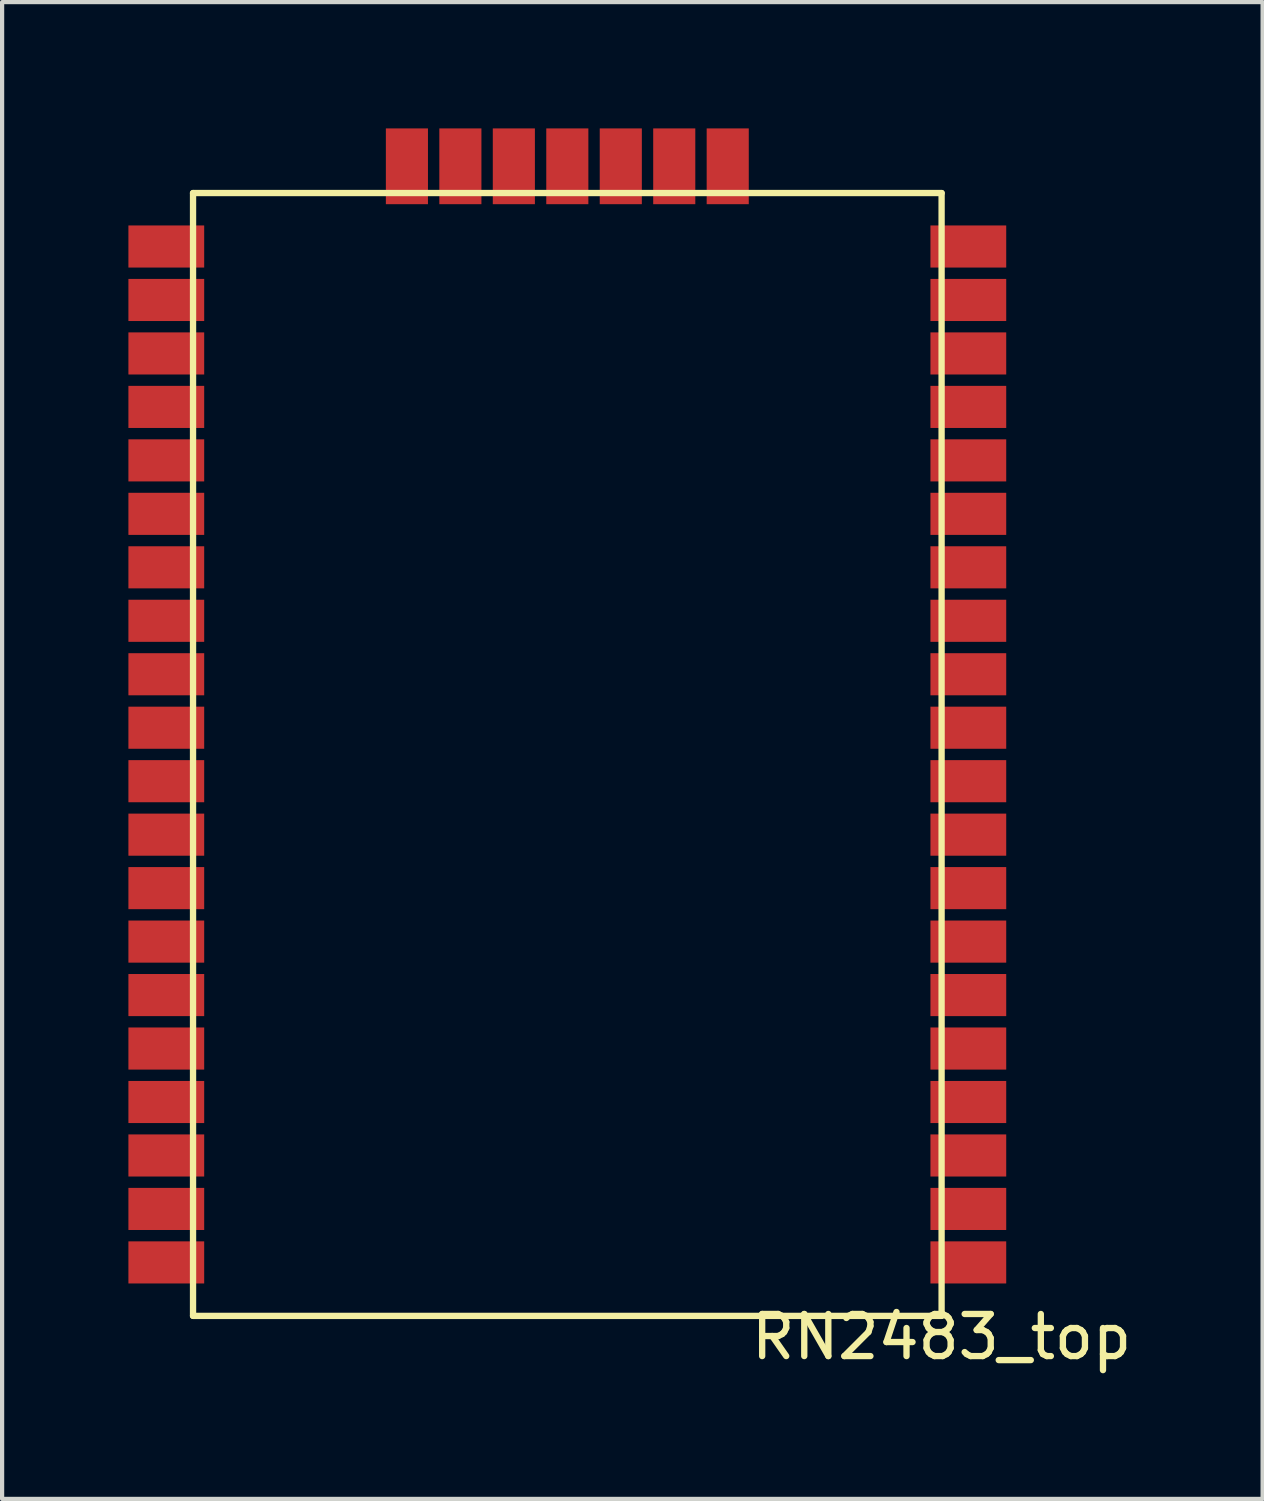
<source format=kicad_pcb>
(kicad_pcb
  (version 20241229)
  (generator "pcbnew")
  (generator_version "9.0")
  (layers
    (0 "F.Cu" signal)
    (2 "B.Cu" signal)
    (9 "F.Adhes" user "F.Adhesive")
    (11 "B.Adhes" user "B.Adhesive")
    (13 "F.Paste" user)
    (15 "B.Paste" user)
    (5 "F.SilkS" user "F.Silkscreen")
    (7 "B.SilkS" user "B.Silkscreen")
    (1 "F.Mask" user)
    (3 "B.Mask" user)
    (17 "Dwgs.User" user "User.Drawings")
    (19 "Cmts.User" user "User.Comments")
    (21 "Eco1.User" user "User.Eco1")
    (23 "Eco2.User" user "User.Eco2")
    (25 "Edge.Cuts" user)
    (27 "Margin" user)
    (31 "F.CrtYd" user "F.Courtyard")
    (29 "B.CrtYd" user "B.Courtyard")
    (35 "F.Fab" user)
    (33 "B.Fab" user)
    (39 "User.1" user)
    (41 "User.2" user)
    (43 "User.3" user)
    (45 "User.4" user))
  (footprint "RN2483_top"
    (layer "F.Cu")
    (at 1.535 28.205)
    (property "Reference" "RN2483_top" (at 17.78 0.5 0) (layer "F.SilkS") (effects (font (size 1 1) (thickness 0.15))))
    (attr through_hole)
    (fp_line (start 0 -26.67) (end 0 0) (stroke (width 0.15) (type solid)) (layer "F.SilkS"))
    (fp_line (start 0 0) (end 17.78 0) (stroke (width 0.15) (type solid)) (layer "F.SilkS"))
    (fp_line (start 17.78 -26.67) (end 0 -26.67) (stroke (width 0.15) (type solid)) (layer "F.SilkS"))
    (fp_line (start 17.78 0) (end 17.78 -26.67) (stroke (width 0.15) (type solid)) (layer "F.SilkS"))
    (pad "1" smd rect (at 18.415 -1.27) (size 1.8 1) (layers "F.Cu" "F.Mask" "F.Paste"))
    (pad "2" smd rect (at 18.415 -2.54) (size 1.8 1) (layers "F.Cu" "F.Mask" "F.Paste"))
    (pad "3" smd rect (at 18.415 -3.81) (size 1.8 1) (layers "F.Cu" "F.Mask" "F.Paste"))
    (pad "4" smd rect (at 18.415 -5.08) (size 1.8 1) (layers "F.Cu" "F.Mask" "F.Paste"))
    (pad "5" smd rect (at 18.415 -6.35) (size 1.8 1) (layers "F.Cu" "F.Mask" "F.Paste"))
    (pad "6" smd rect (at 18.415 -7.62) (size 1.8 1) (layers "F.Cu" "F.Mask" "F.Paste"))
    (pad "7" smd rect (at 18.415 -8.89) (size 1.8 1) (layers "F.Cu" "F.Mask" "F.Paste"))
    (pad "8" smd rect (at 18.415 -10.16) (size 1.8 1) (layers "F.Cu" "F.Mask" "F.Paste"))
    (pad "9" smd rect (at 18.415 -11.43) (size 1.8 1) (layers "F.Cu" "F.Mask" "F.Paste"))
    (pad "10" smd rect (at 18.415 -12.7) (size 1.8 1) (layers "F.Cu" "F.Mask" "F.Paste"))
    (pad "11" smd rect (at 18.415 -13.97) (size 1.8 1) (layers "F.Cu" "F.Mask" "F.Paste"))
    (pad "12" smd rect (at 18.415 -15.24) (size 1.8 1) (layers "F.Cu" "F.Mask" "F.Paste"))
    (pad "13" smd rect (at 18.415 -16.51) (size 1.8 1) (layers "F.Cu" "F.Mask" "F.Paste"))
    (pad "14" smd rect (at 18.415 -17.78) (size 1.8 1) (layers "F.Cu" "F.Mask" "F.Paste"))
    (pad "15" smd rect (at 18.415 -19.05) (size 1.8 1) (layers "F.Cu" "F.Mask" "F.Paste"))
    (pad "16" smd rect (at 18.415 -20.32) (size 1.8 1) (layers "F.Cu" "F.Mask" "F.Paste"))
    (pad "17" smd rect (at 18.415 -21.59) (size 1.8 1) (layers "F.Cu" "F.Mask" "F.Paste"))
    (pad "18" smd rect (at 18.415 -22.86) (size 1.8 1) (layers "F.Cu" "F.Mask" "F.Paste"))
    (pad "19" smd rect (at 18.415 -24.13) (size 1.8 1) (layers "F.Cu" "F.Mask" "F.Paste"))
    (pad "20" smd rect (at 18.415 -25.4) (size 1.8 1) (layers "F.Cu" "F.Mask" "F.Paste"))
    (pad "21" smd rect (at 12.7 -27.305) (size 1 1.8) (layers "F.Cu" "F.Mask" "F.Paste"))
    (pad "22" smd rect (at 11.43 -27.305) (size 1 1.8) (layers "F.Cu" "F.Mask" "F.Paste"))
    (pad "23" smd rect (at 10.16 -27.305) (size 1 1.8) (layers "F.Cu" "F.Mask" "F.Paste"))
    (pad "24" smd rect (at 8.89 -27.305) (size 1 1.8) (layers "F.Cu" "F.Mask" "F.Paste"))
    (pad "25" smd rect (at 7.62 -27.305) (size 1 1.8) (layers "F.Cu" "F.Mask" "F.Paste"))
    (pad "26" smd rect (at 6.35 -27.305) (size 1 1.8) (layers "F.Cu" "F.Mask" "F.Paste"))
    (pad "27" smd rect (at 5.08 -27.305) (size 1 1.8) (layers "F.Cu" "F.Mask" "F.Paste"))
    (pad "28" smd rect (at -0.635 -25.4) (size 1.8 1) (layers "F.Cu" "F.Mask" "F.Paste"))
    (pad "29" smd rect (at -0.635 -24.13) (size 1.8 1) (layers "F.Cu" "F.Mask" "F.Paste"))
    (pad "30" smd rect (at -0.635 -22.86) (size 1.8 1) (layers "F.Cu" "F.Mask" "F.Paste"))
    (pad "31" smd rect (at -0.635 -21.59) (size 1.8 1) (layers "F.Cu" "F.Mask" "F.Paste"))
    (pad "32" smd rect (at -0.635 -20.32) (size 1.8 1) (layers "F.Cu" "F.Mask" "F.Paste"))
    (pad "33" smd rect (at -0.635 -19.05) (size 1.8 1) (layers "F.Cu" "F.Mask" "F.Paste"))
    (pad "34" smd rect (at -0.635 -17.78) (size 1.8 1) (layers "F.Cu" "F.Mask" "F.Paste"))
    (pad "35" smd rect (at -0.635 -16.51) (size 1.8 1) (layers "F.Cu" "F.Mask" "F.Paste"))
    (pad "36" smd rect (at -0.635 -15.24) (size 1.8 1) (layers "F.Cu" "F.Mask" "F.Paste"))
    (pad "37" smd rect (at -0.635 -13.97) (size 1.8 1) (layers "F.Cu" "F.Mask" "F.Paste"))
    (pad "38" smd rect (at -0.635 -12.7) (size 1.8 1) (layers "F.Cu" "F.Mask" "F.Paste"))
    (pad "39" smd rect (at -0.635 -11.43) (size 1.8 1) (layers "F.Cu" "F.Mask" "F.Paste"))
    (pad "40" smd rect (at -0.635 -10.16) (size 1.8 1) (layers "F.Cu" "F.Mask" "F.Paste"))
    (pad "41" smd rect (at -0.635 -8.89) (size 1.8 1) (layers "F.Cu" "F.Mask" "F.Paste"))
    (pad "42" smd rect (at -0.635 -7.62) (size 1.8 1) (layers "F.Cu" "F.Mask" "F.Paste"))
    (pad "43" smd rect (at -0.635 -6.35) (size 1.8 1) (layers "F.Cu" "F.Mask" "F.Paste"))
    (pad "44" smd rect (at -0.635 -5.08) (size 1.8 1) (layers "F.Cu" "F.Mask" "F.Paste"))
    (pad "45" smd rect (at -0.635 -3.81) (size 1.8 1) (layers "F.Cu" "F.Mask" "F.Paste"))
    (pad "46" smd rect (at -0.635 -2.54) (size 1.8 1) (layers "F.Cu" "F.Mask" "F.Paste"))
    (pad "47" smd rect (at -0.635 -1.27) (size 1.8 1) (layers "F.Cu" "F.Mask" "F.Paste")))
  (gr_rect
    (start -3 -3)
    (end 26.94 32.553)
    (stroke (width 0.1) (type default))
    (fill no)
    (layer "Edge.Cuts")))
</source>
